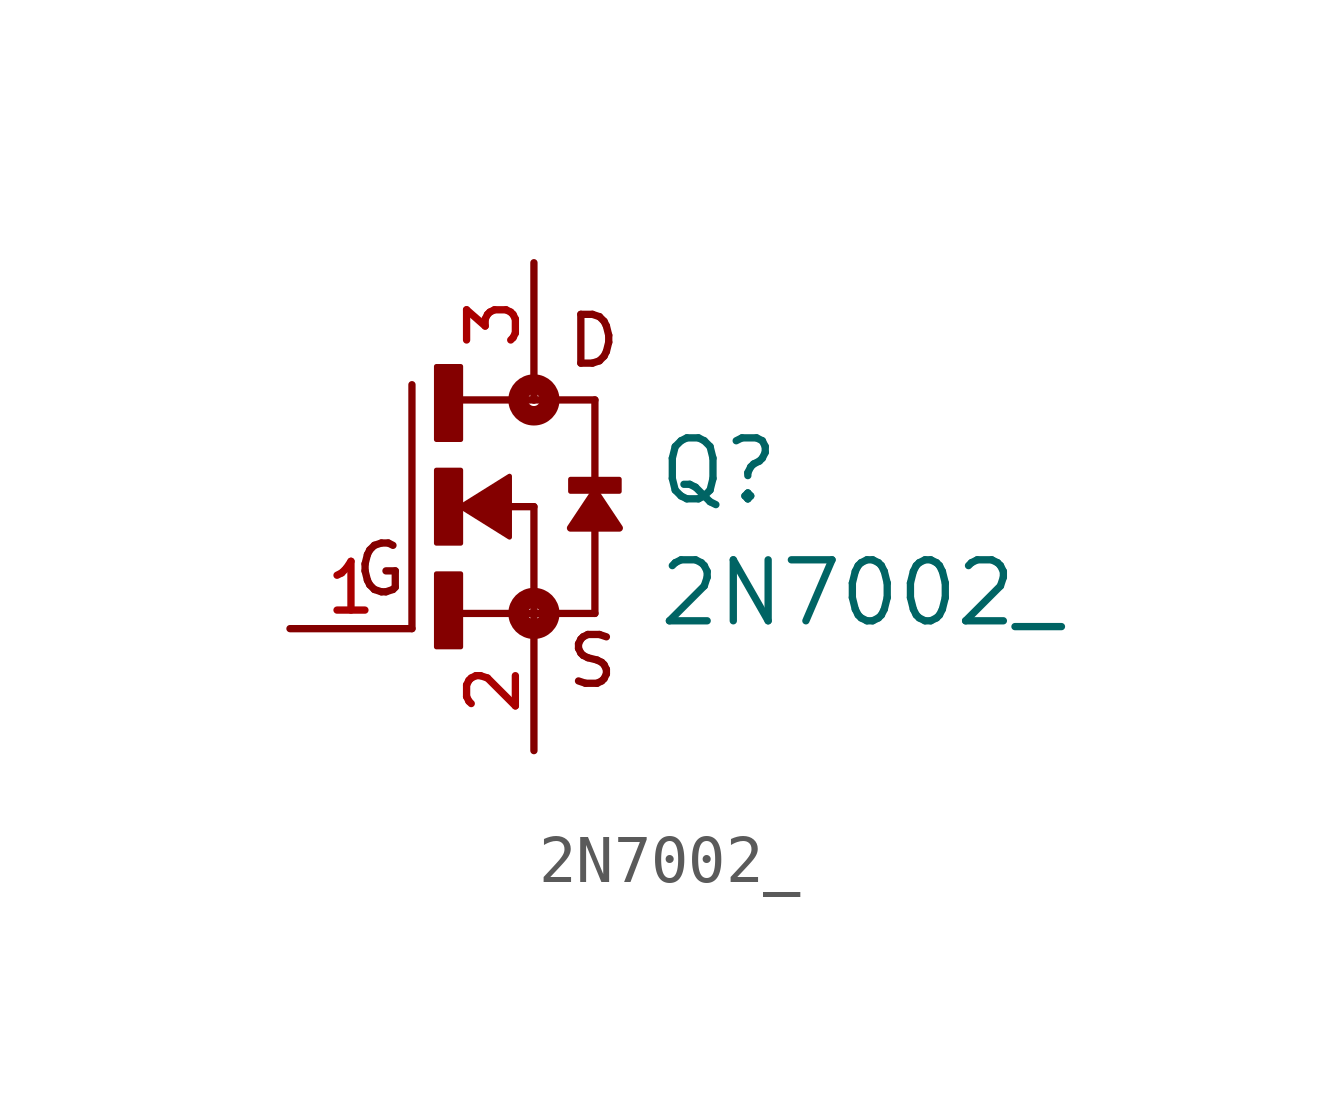
<source format=kicad_sym>
(kicad_symbol_lib
  (version 20211014)
  (generator kicad_symbol_editor)
  (symbol "2N7002_"
    (pin_names
      (offset 1.016))
    (property "Reference" "Q"
      (at 2.54 0.0 0)
      (effects (font (size 1.27 1.27)) (justify bottom left)))
    (property "Value" "2N7002_"
      (at 2.54 -2.54 0)
      (effects (font (size 1.27 1.27)) (justify bottom left)))
    (symbol "2N7002__0_0"
      (polyline (pts (xy -0.508 0.0) (xy 0.0 0.0)) (stroke (width 0.152)))
      (polyline (pts (xy -1.587 -2.223) (xy 0.0 -2.223)) (stroke (width 0.152)))
      (polyline (pts (xy -2.54 -2.54) (xy -2.54 2.54)) (stroke (width 0.152)))
      (polyline (pts (xy 0.0 0.0) (xy 0.0 -2.223)) (stroke (width 0.152)))
      (polyline (pts (xy 1.27 -2.223) (xy 0.0 -2.223)) (stroke (width 0.152)))
      (polyline (pts (xy -1.587 2.223) (xy 0.0 2.223)) (stroke (width 0.152)))
      (polyline (pts (xy 0.0 2.223) (xy 1.27 2.223)) (stroke (width 0.152)))
      (polyline (pts (xy 0.0 -2.223) (xy 0.0 -2.54)) (stroke (width 0.152)))
      (polyline (pts (xy 1.27 2.223) (xy 1.27 -2.223)) (stroke (width 0.152)))
      (polyline (pts (xy 0.0 2.54) (xy 0.0 2.223)) (stroke (width 0.152)))
      (circle (center 0.0 -2.223) (radius 0.127) (stroke (width 0.406)) (fill (type none)))
      (circle (center 0.0 2.223) (radius 0.127) (stroke (width 0.406)) (fill (type none)))
      (text "D" (at 0.635 2.857 0) (effects (font (size 1.016 1.016)) (justify bottom left)))
      (text "S" (at 0.635 -3.81 0) (effects (font (size 1.016 1.016)) (justify bottom left)))
      (text "G" (at -3.81 -1.905 0) (effects (font (size 1.016 1.016)) (justify bottom left)))
      (rectangle (start -2.032 1.397) (end -1.524 2.921) (stroke (width 0.1)) (fill (type outline)))
      (rectangle (start -2.032 -0.762) (end -1.524 0.762) (stroke (width 0.1)) (fill (type outline)))
      (rectangle (start -2.032 -2.921) (end -1.524 -1.397) (stroke (width 0.1)) (fill (type outline)))
      (rectangle (start 0.762 0.318) (end 1.778 0.572) (stroke (width 0.1)) (fill (type outline)))
      (polyline (pts (xy -1.524 0.0) (xy -0.508 0.635) (xy -0.508 -0.635) (xy -1.524 0.0)) (stroke (width 0.102)) (fill (type outline)))
      (polyline (pts (xy 1.27 0.318) (xy 0.762 -0.445) (xy 1.778 -0.445) (xy 1.27 0.318)) (stroke (width 0.152)) (fill (type outline)))
      (pin passive line (at 0.0 5.08 270.0) (length 2.54) (name "~" (effects (font (size 1.016 1.016)))) (number "3" (effects (font (size 1.016 1.016)))))
      (pin passive line (at 0.0 -5.08 90.0) (length 2.54) (name "~" (effects (font (size 1.016 1.016)))) (number "2" (effects (font (size 1.016 1.016)))))
      (pin passive line (at -5.08 -2.54 0) (length 2.54) (name "~" (effects (font (size 1.016 1.016)))) (number "1" (effects (font (size 1.016 1.016))))))))
</source>
